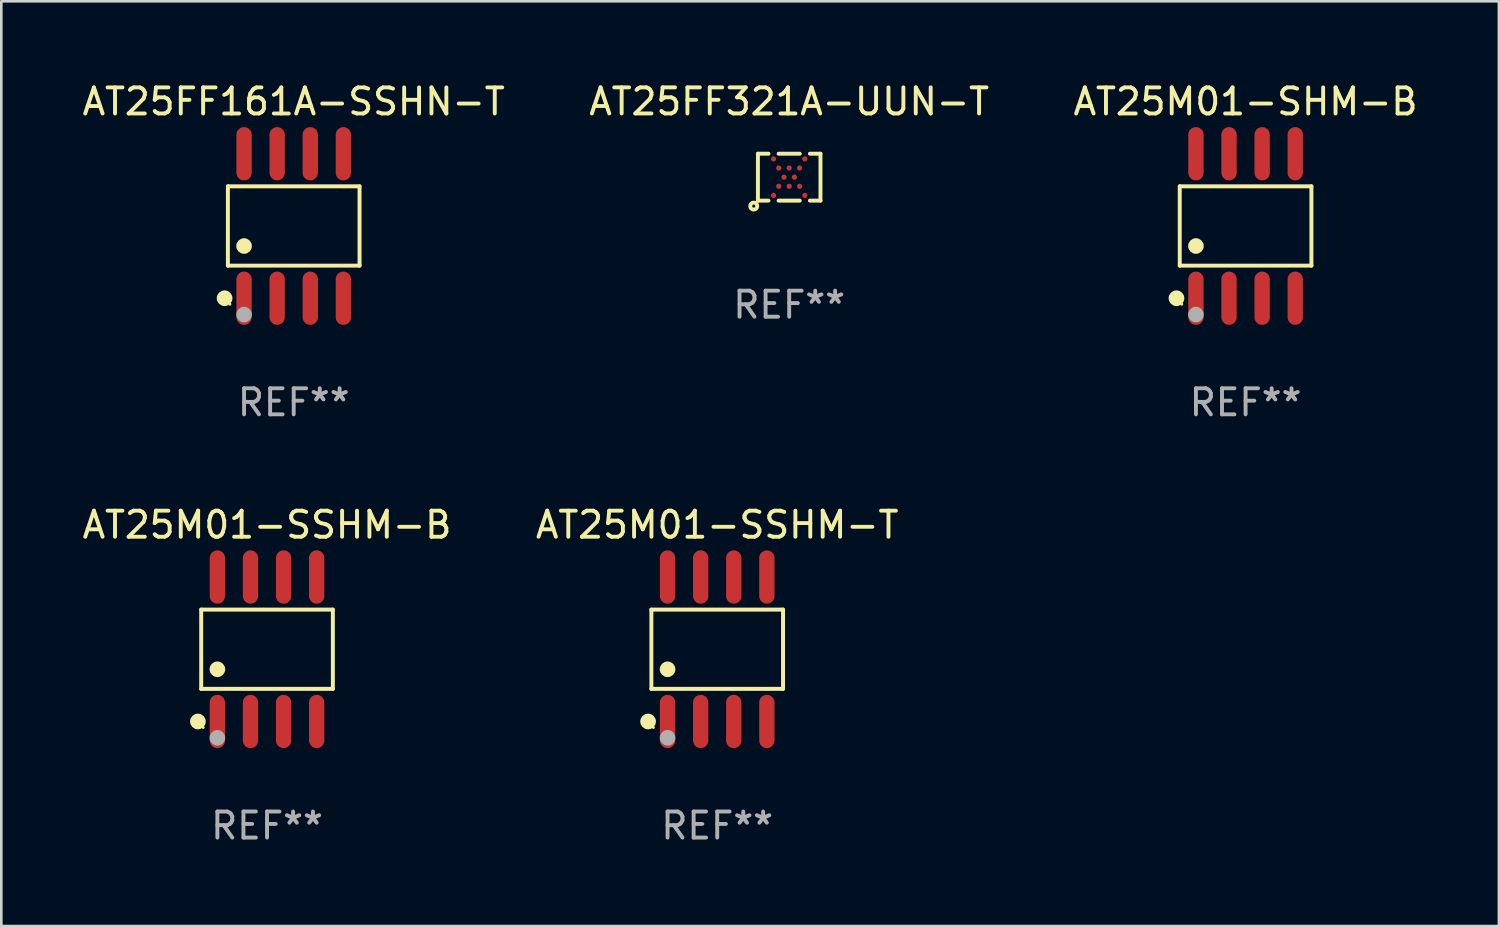
<source format=kicad_pcb>
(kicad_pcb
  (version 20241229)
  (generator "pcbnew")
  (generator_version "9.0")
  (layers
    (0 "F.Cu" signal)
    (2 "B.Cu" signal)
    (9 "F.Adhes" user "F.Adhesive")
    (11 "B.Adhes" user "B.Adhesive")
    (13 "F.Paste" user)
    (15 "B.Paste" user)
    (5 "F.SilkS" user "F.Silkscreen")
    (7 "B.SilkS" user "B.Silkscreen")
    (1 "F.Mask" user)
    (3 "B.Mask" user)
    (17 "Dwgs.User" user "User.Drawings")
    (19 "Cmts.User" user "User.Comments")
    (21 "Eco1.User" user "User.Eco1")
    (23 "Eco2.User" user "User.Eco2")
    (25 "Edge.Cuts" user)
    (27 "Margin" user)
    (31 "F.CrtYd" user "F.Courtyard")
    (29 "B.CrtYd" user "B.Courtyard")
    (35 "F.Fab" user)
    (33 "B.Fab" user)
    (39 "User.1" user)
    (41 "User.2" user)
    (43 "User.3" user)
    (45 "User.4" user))
  (footprint "AT25M01-SHM-B"
    (layer "F.Cu")
    (at 44.744 5.621)
    (property "Reference" "AT25M01-SHM-B" (at 0 -4.772 0) (layer "F.SilkS") (effects (font (size 1 1) (thickness 0.15))))
    (attr through_hole)
    (fp_line (start -2.526 -1.521) (end 2.526 -1.521) (stroke (width 0.152) (type solid)) (layer "F.SilkS"))
    (fp_line (start -2.526 1.521) (end -2.526 -1.521) (stroke (width 0.152) (type solid)) (layer "F.SilkS"))
    (fp_line (start 2.526 -1.521) (end 2.526 1.521) (stroke (width 0.152) (type solid)) (layer "F.SilkS"))
    (fp_line (start 2.526 1.521) (end -2.526 1.521) (stroke (width 0.152) (type solid)) (layer "F.SilkS"))
    (fp_circle (center -2.652 2.772) (end -2.501 2.772) (stroke (width 0.3) (type solid)) (fill no) (layer "F.SilkS"))
    (fp_circle (center -2.45 3) (end -2.42 3) (stroke (width 0.06) (type solid)) (fill no) (layer "F.SilkS"))
    (fp_circle (center -1.905 0.769) (end -1.755 0.769) (stroke (width 0.3) (type solid)) (fill no) (layer "F.SilkS"))
    (fp_circle (center -1.905 3.4) (end -1.755 3.4) (stroke (width 0.3) (type solid)) (fill no) (layer "F.Fab"))
    (fp_text user "REF**" (at 0 6.772 0) (layer "F.Fab") (effects (font (size 1 1) (thickness 0.15))))
    (pad "1" smd oval (at -1.905 2.772) (size 0.588 2.045) (layers "F.Cu" "F.Mask" "F.Paste"))
    (pad "2" smd oval (at -0.635 2.772) (size 0.588 2.045) (layers "F.Cu" "F.Mask" "F.Paste"))
    (pad "3" smd oval (at 0.635 2.772) (size 0.588 2.045) (layers "F.Cu" "F.Mask" "F.Paste"))
    (pad "4" smd oval (at 1.905 2.772) (size 0.588 2.045) (layers "F.Cu" "F.Mask" "F.Paste"))
    (pad "5" smd oval (at 1.905 -2.772) (size 0.588 2.045) (layers "F.Cu" "F.Mask" "F.Paste"))
    (pad "6" smd oval (at 0.635 -2.772) (size 0.588 2.045) (layers "F.Cu" "F.Mask" "F.Paste"))
    (pad "7" smd oval (at -0.635 -2.772) (size 0.588 2.045) (layers "F.Cu" "F.Mask" "F.Paste"))
    (pad "8" smd oval (at -1.905 -2.772) (size 0.588 2.045) (layers "F.Cu" "F.Mask" "F.Paste")))
  (footprint "AT25FF321A-UUN-T"
    (layer "F.Cu")
    (at 27.232 3.748)
    (property "Reference" "AT25FF321A-UUN-T" (at 0 -2.9 0) (layer "F.SilkS") (effects (font (size 1 1) (thickness 0.15))))
    (attr through_hole)
    (fp_line (start -1.2 -0.9) (end -1.2 0.9) (stroke (width 0.15) (type solid)) (layer "F.SilkS"))
    (fp_line (start -1.2 -0.9) (end -0.794 -0.9) (stroke (width 0.15) (type solid)) (layer "F.SilkS"))
    (fp_line (start -1.2 0.9) (end -0.794 0.9) (stroke (width 0.15) (type solid)) (layer "F.SilkS"))
    (fp_line (start -0.406 -0.9) (end 0.406 -0.9) (stroke (width 0.15) (type solid)) (layer "F.SilkS"))
    (fp_line (start -0.406 0.9) (end 0.406 0.9) (stroke (width 0.15) (type solid)) (layer "F.SilkS"))
    (fp_line (start 0.794 -0.9) (end 1.2 -0.9) (stroke (width 0.15) (type solid)) (layer "F.SilkS"))
    (fp_line (start 0.794 0.9) (end 1.2 0.9) (stroke (width 0.15) (type solid)) (layer "F.SilkS"))
    (fp_line (start 1.2 -0.9) (end 1.2 0.9) (stroke (width 0.15) (type solid)) (layer "F.SilkS"))
    (fp_circle (center -1.36 1.11) (end -1.3 1.11) (stroke (width 0.15) (type solid)) (fill no) (layer "F.SilkS"))
    (fp_text user "REF**" (at 0 4.9 0) (layer "F.Fab") (effects (font (size 1 1) (thickness 0.15))))
    (pad "A1" smd circle (at -0.6 0.7) (size 0.2 0.2) (layers "F.Cu" "F.Mask" "F.Paste"))
    (pad "A5" smd circle (at -0.6 -0.7) (size 0.2 0.2) (layers "F.Cu" "F.Mask" "F.Paste"))
    (pad "B2" smd circle (at -0.4 0.35) (size 0.2 0.2) (layers "F.Cu" "F.Mask" "F.Paste"))
    (pad "B4" smd circle (at -0.4 -0.35) (size 0.2 0.2) (layers "F.Cu" "F.Mask" "F.Paste"))
    (pad "C3" smd circle (at -0.2 0.000013) (size 0.2 0.2) (layers "F.Cu" "F.Mask" "F.Paste"))
    (pad "D2" smd circle (at 0 0.35) (size 0.2 0.2) (layers "F.Cu" "F.Mask" "F.Paste"))
    (pad "D4" smd circle (at 0 -0.35) (size 0.2 0.2) (layers "F.Cu" "F.Mask" "F.Paste"))
    (pad "E3" smd circle (at 0.2 0.000013) (size 0.2 0.2) (layers "F.Cu" "F.Mask" "F.Paste"))
    (pad "F2" smd circle (at 0.4 0.35) (size 0.2 0.2) (layers "F.Cu" "F.Mask" "F.Paste"))
    (pad "F4" smd circle (at 0.4 -0.35) (size 0.2 0.2) (layers "F.Cu" "F.Mask" "F.Paste"))
    (pad "G1" smd circle (at 0.6 0.7) (size 0.2 0.2) (layers "F.Cu" "F.Mask" "F.Paste"))
    (pad "G5" smd circle (at 0.6 -0.7) (size 0.2 0.2) (layers "F.Cu" "F.Mask" "F.Paste")))
  (footprint "AT25M01-SSHM-T"
    (layer "F.Cu")
    (at 24.47 21.862)
    (property "Reference" "AT25M01-SSHM-T" (at 0 -4.772 0) (layer "F.SilkS") (effects (font (size 1 1) (thickness 0.15))))
    (attr through_hole)
    (fp_line (start -2.526 -1.521) (end 2.526 -1.521) (stroke (width 0.152) (type solid)) (layer "F.SilkS"))
    (fp_line (start -2.526 1.521) (end -2.526 -1.521) (stroke (width 0.152) (type solid)) (layer "F.SilkS"))
    (fp_line (start 2.526 -1.521) (end 2.526 1.521) (stroke (width 0.152) (type solid)) (layer "F.SilkS"))
    (fp_line (start 2.526 1.521) (end -2.526 1.521) (stroke (width 0.152) (type solid)) (layer "F.SilkS"))
    (fp_circle (center -2.652 2.772) (end -2.501 2.772) (stroke (width 0.3) (type solid)) (fill no) (layer "F.SilkS"))
    (fp_circle (center -2.45 3) (end -2.42 3) (stroke (width 0.06) (type solid)) (fill no) (layer "F.SilkS"))
    (fp_circle (center -1.905 0.769) (end -1.755 0.769) (stroke (width 0.3) (type solid)) (fill no) (layer "F.SilkS"))
    (fp_circle (center -1.905 3.4) (end -1.755 3.4) (stroke (width 0.3) (type solid)) (fill no) (layer "F.Fab"))
    (fp_text user "REF**" (at 0 6.772 0) (layer "F.Fab") (effects (font (size 1 1) (thickness 0.15))))
    (pad "1" smd oval (at -1.905 2.772) (size 0.588 2.045) (layers "F.Cu" "F.Mask" "F.Paste"))
    (pad "2" smd oval (at -0.635 2.772) (size 0.588 2.045) (layers "F.Cu" "F.Mask" "F.Paste"))
    (pad "3" smd oval (at 0.635 2.772) (size 0.588 2.045) (layers "F.Cu" "F.Mask" "F.Paste"))
    (pad "4" smd oval (at 1.905 2.772) (size 0.588 2.045) (layers "F.Cu" "F.Mask" "F.Paste"))
    (pad "5" smd oval (at 1.905 -2.772) (size 0.588 2.045) (layers "F.Cu" "F.Mask" "F.Paste"))
    (pad "6" smd oval (at 0.635 -2.772) (size 0.588 2.045) (layers "F.Cu" "F.Mask" "F.Paste"))
    (pad "7" smd oval (at -0.635 -2.772) (size 0.588 2.045) (layers "F.Cu" "F.Mask" "F.Paste"))
    (pad "8" smd oval (at -1.905 -2.772) (size 0.588 2.045) (layers "F.Cu" "F.Mask" "F.Paste")))
  (footprint "AT25M01-SSHM-B"
    (layer "F.Cu")
    (at 7.196 21.862)
    (property "Reference" "AT25M01-SSHM-B" (at 0 -4.772 0) (layer "F.SilkS") (effects (font (size 1 1) (thickness 0.15))))
    (attr through_hole)
    (fp_line (start -2.526 -1.521) (end 2.526 -1.521) (stroke (width 0.152) (type solid)) (layer "F.SilkS"))
    (fp_line (start -2.526 1.521) (end -2.526 -1.521) (stroke (width 0.152) (type solid)) (layer "F.SilkS"))
    (fp_line (start 2.526 -1.521) (end 2.526 1.521) (stroke (width 0.152) (type solid)) (layer "F.SilkS"))
    (fp_line (start 2.526 1.521) (end -2.526 1.521) (stroke (width 0.152) (type solid)) (layer "F.SilkS"))
    (fp_circle (center -2.652 2.772) (end -2.501 2.772) (stroke (width 0.3) (type solid)) (fill no) (layer "F.SilkS"))
    (fp_circle (center -2.45 3) (end -2.42 3) (stroke (width 0.06) (type solid)) (fill no) (layer "F.SilkS"))
    (fp_circle (center -1.905 0.769) (end -1.755 0.769) (stroke (width 0.3) (type solid)) (fill no) (layer "F.SilkS"))
    (fp_circle (center -1.905 3.4) (end -1.755 3.4) (stroke (width 0.3) (type solid)) (fill no) (layer "F.Fab"))
    (fp_text user "REF**" (at 0 6.772 0) (layer "F.Fab") (effects (font (size 1 1) (thickness 0.15))))
    (pad "1" smd oval (at -1.905 2.772) (size 0.588 2.045) (layers "F.Cu" "F.Mask" "F.Paste"))
    (pad "2" smd oval (at -0.635 2.772) (size 0.588 2.045) (layers "F.Cu" "F.Mask" "F.Paste"))
    (pad "3" smd oval (at 0.635 2.772) (size 0.588 2.045) (layers "F.Cu" "F.Mask" "F.Paste"))
    (pad "4" smd oval (at 1.905 2.772) (size 0.588 2.045) (layers "F.Cu" "F.Mask" "F.Paste"))
    (pad "5" smd oval (at 1.905 -2.772) (size 0.588 2.045) (layers "F.Cu" "F.Mask" "F.Paste"))
    (pad "6" smd oval (at 0.635 -2.772) (size 0.588 2.045) (layers "F.Cu" "F.Mask" "F.Paste"))
    (pad "7" smd oval (at -0.635 -2.772) (size 0.588 2.045) (layers "F.Cu" "F.Mask" "F.Paste"))
    (pad "8" smd oval (at -1.905 -2.772) (size 0.588 2.045) (layers "F.Cu" "F.Mask" "F.Paste")))
  (footprint "AT25FF161A-SSHN-T"
    (layer "F.Cu")
    (at 8.22 5.621)
    (property "Reference" "AT25FF161A-SSHN-T" (at 0 -4.772 0) (layer "F.SilkS") (effects (font (size 1 1) (thickness 0.15))))
    (attr through_hole)
    (fp_line (start -2.526 -1.521) (end 2.526 -1.521) (stroke (width 0.152) (type solid)) (layer "F.SilkS"))
    (fp_line (start -2.526 1.521) (end -2.526 -1.521) (stroke (width 0.152) (type solid)) (layer "F.SilkS"))
    (fp_line (start 2.526 -1.521) (end 2.526 1.521) (stroke (width 0.152) (type solid)) (layer "F.SilkS"))
    (fp_line (start 2.526 1.521) (end -2.526 1.521) (stroke (width 0.152) (type solid)) (layer "F.SilkS"))
    (fp_circle (center -2.652 2.772) (end -2.501 2.772) (stroke (width 0.3) (type solid)) (fill no) (layer "F.SilkS"))
    (fp_circle (center -2.45 3) (end -2.42 3) (stroke (width 0.06) (type solid)) (fill no) (layer "F.SilkS"))
    (fp_circle (center -1.905 0.769) (end -1.755 0.769) (stroke (width 0.3) (type solid)) (fill no) (layer "F.SilkS"))
    (fp_circle (center -1.905 3.4) (end -1.755 3.4) (stroke (width 0.3) (type solid)) (fill no) (layer "F.Fab"))
    (fp_text user "REF**" (at 0 6.772 0) (layer "F.Fab") (effects (font (size 1 1) (thickness 0.15))))
    (pad "1" smd oval (at -1.905 2.772) (size 0.588 2.045) (layers "F.Cu" "F.Mask" "F.Paste"))
    (pad "2" smd oval (at -0.635 2.772) (size 0.588 2.045) (layers "F.Cu" "F.Mask" "F.Paste"))
    (pad "3" smd oval (at 0.635 2.772) (size 0.588 2.045) (layers "F.Cu" "F.Mask" "F.Paste"))
    (pad "4" smd oval (at 1.905 2.772) (size 0.588 2.045) (layers "F.Cu" "F.Mask" "F.Paste"))
    (pad "5" smd oval (at 1.905 -2.772) (size 0.588 2.045) (layers "F.Cu" "F.Mask" "F.Paste"))
    (pad "6" smd oval (at 0.635 -2.772) (size 0.588 2.045) (layers "F.Cu" "F.Mask" "F.Paste"))
    (pad "7" smd oval (at -0.635 -2.772) (size 0.588 2.045) (layers "F.Cu" "F.Mask" "F.Paste"))
    (pad "8" smd oval (at -1.905 -2.772) (size 0.588 2.045) (layers "F.Cu" "F.Mask" "F.Paste")))
  (gr_rect
    (start -3 -3)
    (end 54.464 32.483)
    (stroke (width 0.1) (type default))
    (fill no)
    (layer "Edge.Cuts")))
</source>
